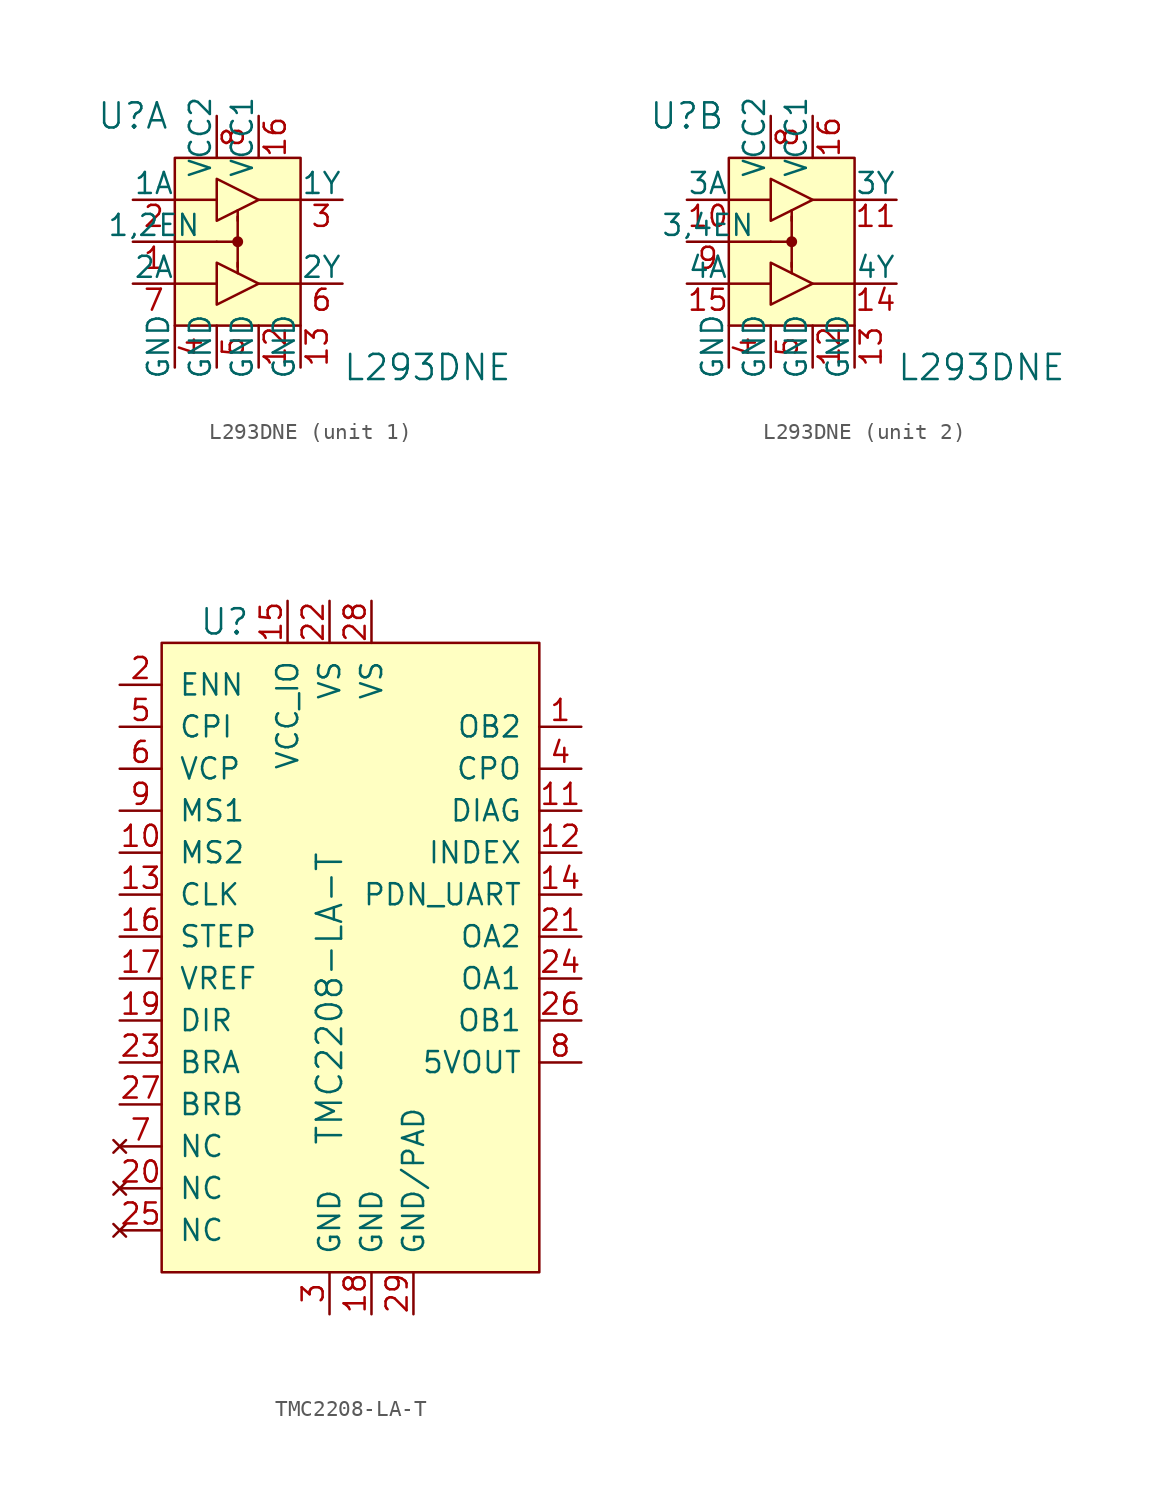
<source format=kicad_sym>
(kicad_symbol_lib
  (version 20201005)
  (generator kicad_symbol_editor)
  (symbol "L293DNE"
    (pin_names
      (offset 0))
    (property "Reference" "U"
      (at -5.08 7.62 0)
      (effects (font (size 1.524 1.524))))
    (property "Value" "L293DNE"
      (at 7.62 -7.62 0)
      (effects (font (size 1.524 1.524)) (justify left)))
    (property "ki_locked" ""
      (at 0 0 0)
      (effects (font (size 1.27 1.27))))
    (symbol "L293DNE_0_1"
      (circle (center 1.27 0) (radius 0.254) (stroke (width 0)) (fill (type outline)))
      (rectangle (start 5.08 -5.08) (end -2.54 5.08) (stroke (width 0)) (fill (type background)))
      (polyline (pts (xy -2.54 0) (xy 0 0)) (stroke (width 0)) (fill (type none)))
      (polyline (pts (xy -2.54 2.54) (xy 0 2.54)) (stroke (width 0)) (fill (type none)))
      (polyline (pts (xy 0 -2.54) (xy -2.54 -2.54)) (stroke (width 0)) (fill (type none)))
      (polyline (pts (xy 1.016 0) (xy 0 0)) (stroke (width 0)) (fill (type none)))
      (polyline (pts (xy 1.27 -1.905) (xy 1.27 -1.27)) (stroke (width 0)) (fill (type none)))
      (polyline (pts (xy 1.27 -0.254) (xy 1.27 -1.524)) (stroke (width 0)) (fill (type none)))
      (polyline (pts (xy 1.27 0.254) (xy 1.27 1.524)) (stroke (width 0)) (fill (type none)))
      (polyline (pts (xy 1.27 1.905) (xy 1.27 1.27)) (stroke (width 0)) (fill (type none)))
      (polyline (pts (xy 2.54 -2.54) (xy 5.08 -2.54)) (stroke (width 0)) (fill (type none)))
      (polyline (pts (xy 5.08 2.54) (xy 2.54 2.54)) (stroke (width 0)) (fill (type none)))
      (polyline (pts (xy 0 -1.27) (xy 0 -3.81) (xy 2.54 -2.54) (xy 0 -1.27)) (stroke (width 0)) (fill (type none)))
      (polyline (pts (xy 0 3.81) (xy 0 1.27) (xy 2.54 2.54) (xy 0 3.81)) (stroke (width 0)) (fill (type none))))
    (symbol "L293DNE_1_1"
      (pin input line (at -5.08 0 0) (length 2.54) (name "1,2EN" (effects (font (size 1.27 1.27)))) (number "1" (effects (font (size 1.27 1.27)))))
      (pin input line (at -5.08 2.54 0) (length 2.54) (name "1A" (effects (font (size 1.27 1.27)))) (number "2" (effects (font (size 1.27 1.27)))))
      (pin output line (at 7.62 2.54 180) (length 2.54) (name "1Y" (effects (font (size 1.27 1.27)))) (number "3" (effects (font (size 1.27 1.27)))))
      (pin power_in line (at -2.54 -7.62 90) (length 2.54) (name "GND" (effects (font (size 1.27 1.27)))) (number "4" (effects (font (size 1.27 1.27)))))
      (pin power_in line (at 0 -7.62 90) (length 2.54) (name "GND" (effects (font (size 1.27 1.27)))) (number "5" (effects (font (size 1.27 1.27)))))
      (pin output line (at 7.62 -2.54 180) (length 2.54) (name "2Y" (effects (font (size 1.27 1.27)))) (number "6" (effects (font (size 1.27 1.27)))))
      (pin input line (at -5.08 -2.54 0) (length 2.54) (name "2A" (effects (font (size 1.27 1.27)))) (number "7" (effects (font (size 1.27 1.27)))))
      (pin power_in line (at 0 7.62 270) (length 2.54) (name "VCC2" (effects (font (size 1.27 1.27)))) (number "8" (effects (font (size 1.27 1.27)))))
      (pin power_in line (at 2.54 -7.62 90) (length 2.54) (name "GND" (effects (font (size 1.27 1.27)))) (number "12" (effects (font (size 1.27 1.27)))))
      (pin power_in line (at 5.08 -7.62 90) (length 2.54) (name "GND" (effects (font (size 1.27 1.27)))) (number "13" (effects (font (size 1.27 1.27)))))
      (pin power_in line (at 2.54 7.62 270) (length 2.54) (name "VCC1" (effects (font (size 1.27 1.27)))) (number "16" (effects (font (size 1.27 1.27))))))
    (symbol "L293DNE_2_1"
      (pin power_in line (at -2.54 -7.62 90) (length 2.54) (name "GND" (effects (font (size 1.27 1.27)))) (number "4" (effects (font (size 1.27 1.27)))))
      (pin power_in line (at 0 -7.62 90) (length 2.54) (name "GND" (effects (font (size 1.27 1.27)))) (number "5" (effects (font (size 1.27 1.27)))))
      (pin power_in line (at 0 7.62 270) (length 2.54) (name "VCC2" (effects (font (size 1.27 1.27)))) (number "8" (effects (font (size 1.27 1.27)))))
      (pin input line (at -5.08 0 0) (length 2.54) (name "3,4EN" (effects (font (size 1.27 1.27)))) (number "9" (effects (font (size 1.27 1.27)))))
      (pin input line (at -5.08 2.54 0) (length 2.54) (name "3A" (effects (font (size 1.27 1.27)))) (number "10" (effects (font (size 1.27 1.27)))))
      (pin output line (at 7.62 2.54 180) (length 2.54) (name "3Y" (effects (font (size 1.27 1.27)))) (number "11" (effects (font (size 1.27 1.27)))))
      (pin power_in line (at 2.54 -7.62 90) (length 2.54) (name "GND" (effects (font (size 1.27 1.27)))) (number "12" (effects (font (size 1.27 1.27)))))
      (pin power_in line (at 5.08 -7.62 90) (length 2.54) (name "GND" (effects (font (size 1.27 1.27)))) (number "13" (effects (font (size 1.27 1.27)))))
      (pin output line (at 7.62 -2.54 180) (length 2.54) (name "4Y" (effects (font (size 1.27 1.27)))) (number "14" (effects (font (size 1.27 1.27)))))
      (pin input line (at -5.08 -2.54 0) (length 2.54) (name "4A" (effects (font (size 1.27 1.27)))) (number "15" (effects (font (size 1.27 1.27)))))
      (pin power_in line (at 2.54 7.62 270) (length 2.54) (name "VCC1" (effects (font (size 1.27 1.27)))) (number "16" (effects (font (size 1.27 1.27)))))))
  (symbol "TMC2208-LA-T"
    (pin_names
      (offset 1.016))
    (property "Reference" "U"
      (at -1.27 19.05 0)
      (effects (font (size 1.524 1.524))))
    (property "Value" "TMC2208-LA-T"
      (at 5.08 -12.7 90)
      (effects (font (size 1.524 1.524)) (justify left)))
    (symbol "TMC2208-LA-T_0_1"
      (rectangle (start -5.08 17.78) (end 17.78 -20.32) (stroke (width 0)) (fill (type background))))
    (symbol "TMC2208-LA-T_1_1"
      (pin output line (at 20.32 12.7 180) (length 2.54) (name "OB2" (effects (font (size 1.27 1.27)))) (number "1" (effects (font (size 1.27 1.27)))))
      (pin input line (at -7.62 15.24 0) (length 2.54) (name "ENN" (effects (font (size 1.27 1.27)))) (number "2" (effects (font (size 1.27 1.27)))))
      (pin power_in line (at 5.08 -22.86 90) (length 2.54) (name "GND" (effects (font (size 1.27 1.27)))) (number "3" (effects (font (size 1.27 1.27)))))
      (pin output line (at 20.32 10.16 180) (length 2.54) (name "CPO" (effects (font (size 1.27 1.27)))) (number "4" (effects (font (size 1.27 1.27)))))
      (pin input line (at -7.62 12.7 0) (length 2.54) (name "CPI" (effects (font (size 1.27 1.27)))) (number "5" (effects (font (size 1.27 1.27)))))
      (pin input line (at -7.62 10.16 0) (length 2.54) (name "VCP" (effects (font (size 1.27 1.27)))) (number "6" (effects (font (size 1.27 1.27)))))
      (pin no_connect line (at -7.62 -12.7 0) (length 2.54) (name "NC" (effects (font (size 1.27 1.27)))) (number "7" (effects (font (size 1.27 1.27)))))
      (pin power_out line (at 20.32 -7.62 180) (length 2.54) (name "5VOUT" (effects (font (size 1.27 1.27)))) (number "8" (effects (font (size 1.27 1.27)))))
      (pin input line (at -7.62 7.62 0) (length 2.54) (name "MS1" (effects (font (size 1.27 1.27)))) (number "9" (effects (font (size 1.27 1.27)))))
      (pin input line (at -7.62 5.08 0) (length 2.54) (name "MS2" (effects (font (size 1.27 1.27)))) (number "10" (effects (font (size 1.27 1.27)))))
      (pin no_connect line (at -7.62 -15.24 0) (length 2.54) (name "NC" (effects (font (size 1.27 1.27)))) (number "20" (effects (font (size 1.27 1.27)))))
      (pin output line (at 20.32 7.62 180) (length 2.54) (name "DIAG" (effects (font (size 1.27 1.27)))) (number "11" (effects (font (size 1.27 1.27)))))
      (pin output line (at 20.32 0 180) (length 2.54) (name "OA2" (effects (font (size 1.27 1.27)))) (number "21" (effects (font (size 1.27 1.27)))))
      (pin output line (at 20.32 5.08 180) (length 2.54) (name "INDEX" (effects (font (size 1.27 1.27)))) (number "12" (effects (font (size 1.27 1.27)))))
      (pin power_in line (at 5.08 20.32 270) (length 2.54) (name "VS" (effects (font (size 1.27 1.27)))) (number "22" (effects (font (size 1.27 1.27)))))
      (pin input line (at -7.62 2.54 0) (length 2.54) (name "CLK" (effects (font (size 1.27 1.27)))) (number "13" (effects (font (size 1.27 1.27)))))
      (pin input line (at -7.62 -7.62 0) (length 2.54) (name "BRA" (effects (font (size 1.27 1.27)))) (number "23" (effects (font (size 1.27 1.27)))))
      (pin output line (at 20.32 2.54 180) (length 2.54) (name "PDN_UART" (effects (font (size 1.27 1.27)))) (number "14" (effects (font (size 1.27 1.27)))))
      (pin output line (at 20.32 -2.54 180) (length 2.54) (name "OA1" (effects (font (size 1.27 1.27)))) (number "24" (effects (font (size 1.27 1.27)))))
      (pin power_in line (at 2.54 20.32 270) (length 2.54) (name "VCC_IO" (effects (font (size 1.27 1.27)))) (number "15" (effects (font (size 1.27 1.27)))))
      (pin no_connect line (at -7.62 -17.78 0) (length 2.54) (name "NC" (effects (font (size 1.27 1.27)))) (number "25" (effects (font (size 1.27 1.27)))))
      (pin input line (at -7.62 0 0) (length 2.54) (name "STEP" (effects (font (size 1.27 1.27)))) (number "16" (effects (font (size 1.27 1.27)))))
      (pin output line (at 20.32 -5.08 180) (length 2.54) (name "OB1" (effects (font (size 1.27 1.27)))) (number "26" (effects (font (size 1.27 1.27)))))
      (pin input line (at -7.62 -2.54 0) (length 2.54) (name "VREF" (effects (font (size 1.27 1.27)))) (number "17" (effects (font (size 1.27 1.27)))))
      (pin input line (at -7.62 -10.16 0) (length 2.54) (name "BRB" (effects (font (size 1.27 1.27)))) (number "27" (effects (font (size 1.27 1.27)))))
      (pin power_in line (at 7.62 -22.86 90) (length 2.54) (name "GND" (effects (font (size 1.27 1.27)))) (number "18" (effects (font (size 1.27 1.27)))))
      (pin power_in line (at 7.62 20.32 270) (length 2.54) (name "VS" (effects (font (size 1.27 1.27)))) (number "28" (effects (font (size 1.27 1.27)))))
      (pin input line (at -7.62 -5.08 0) (length 2.54) (name "DIR" (effects (font (size 1.27 1.27)))) (number "19" (effects (font (size 1.27 1.27)))))
      (pin power_in line (at 10.16 -22.86 90) (length 2.54) (name "GND/PAD" (effects (font (size 1.27 1.27)))) (number "29" (effects (font (size 1.27 1.27))))))))
</source>
